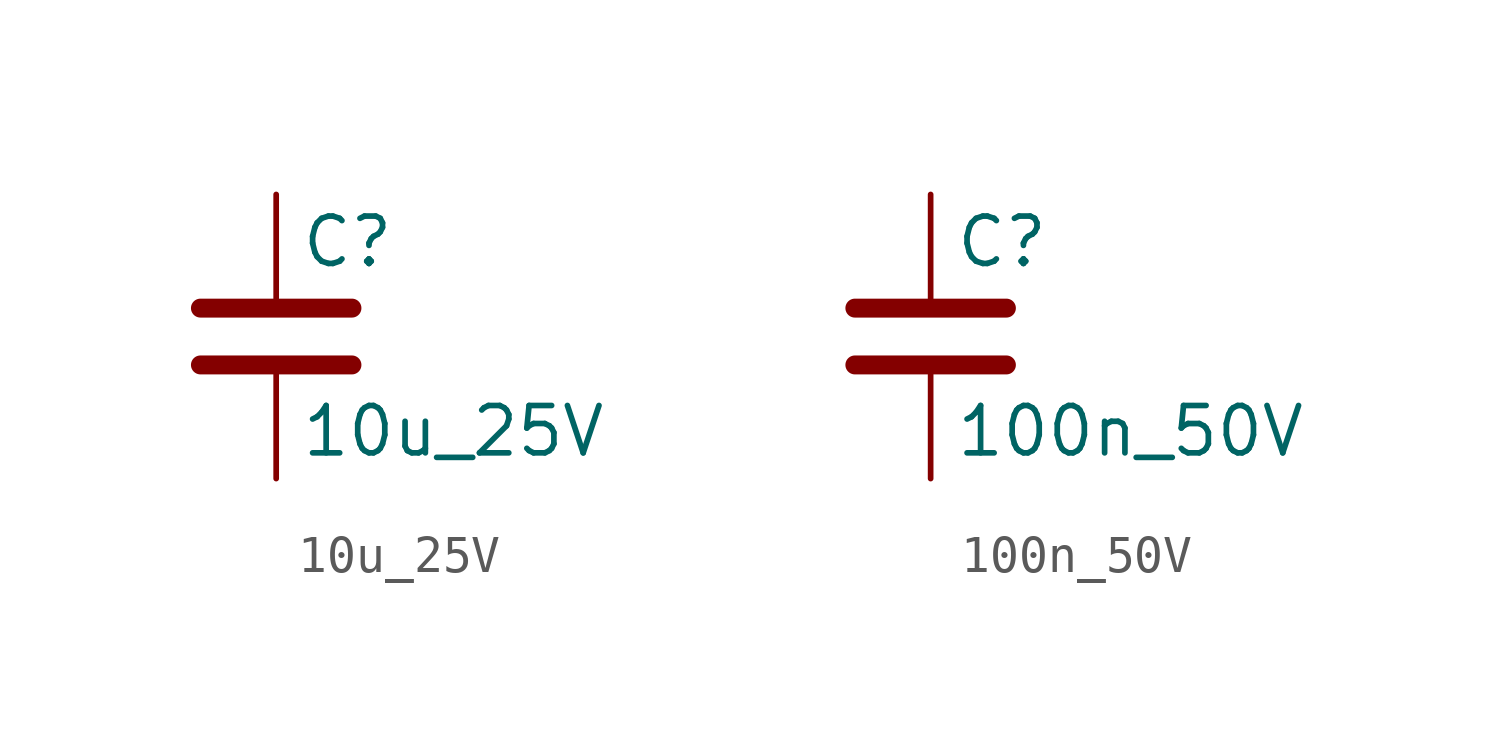
<source format=kicad_sym>
(kicad_symbol_lib
  (version 20220914)
  (generator kicad_db_lib)
  (symbol "10u_25V"
    (pin_numbers hide)
    (pin_names
      (offset 0.254))
    (property "Reference" "C"
      (at 0.635 2.54 0)
      (effects (font (size 1.27 1.27)) (justify left)))
    (property "Value" "10u_25V"
      (at 0.635 -2.54 0)
      (effects (font (size 1.27 1.27)) (justify left)))
    (symbol "10u_25V_0_1"
      (polyline (pts (xy -2.032 -0.762) (xy 2.032 -0.762)) (stroke (width 0.508) (type default)) (fill (type none)))
      (polyline (pts (xy -2.032 0.762) (xy 2.032 0.762)) (stroke (width 0.508) (type default)) (fill (type none))))
    (symbol "10u_25V_1_1"
      (pin passive line (at 0 3.81 270) (length 2.794) (name "~" (effects (font (size 1.27 1.27)))) (number "1" (effects (font (size 1.27 1.27)))))
      (pin passive line (at 0 -3.81 90) (length 2.794) (name "~" (effects (font (size 1.27 1.27)))) (number "2" (effects (font (size 1.27 1.27)))))))
  (symbol "100n_50V"
    (pin_numbers hide)
    (pin_names
      (offset 0.254))
    (property "Reference" "C"
      (at 0.635 2.54 0)
      (effects (font (size 1.27 1.27)) (justify left)))
    (property "Value" "100n_50V"
      (at 0.635 -2.54 0)
      (effects (font (size 1.27 1.27)) (justify left)))
    (symbol "100n_50V_0_1"
      (polyline (pts (xy -2.032 -0.762) (xy 2.032 -0.762)) (stroke (width 0.508) (type default)) (fill (type none)))
      (polyline (pts (xy -2.032 0.762) (xy 2.032 0.762)) (stroke (width 0.508) (type default)) (fill (type none))))
    (symbol "100n_50V_1_1"
      (pin passive line (at 0 3.81 270) (length 2.794) (name "~" (effects (font (size 1.27 1.27)))) (number "1" (effects (font (size 1.27 1.27)))))
      (pin passive line (at 0 -3.81 90) (length 2.794) (name "~" (effects (font (size 1.27 1.27)))) (number "2" (effects (font (size 1.27 1.27))))))))
</source>
